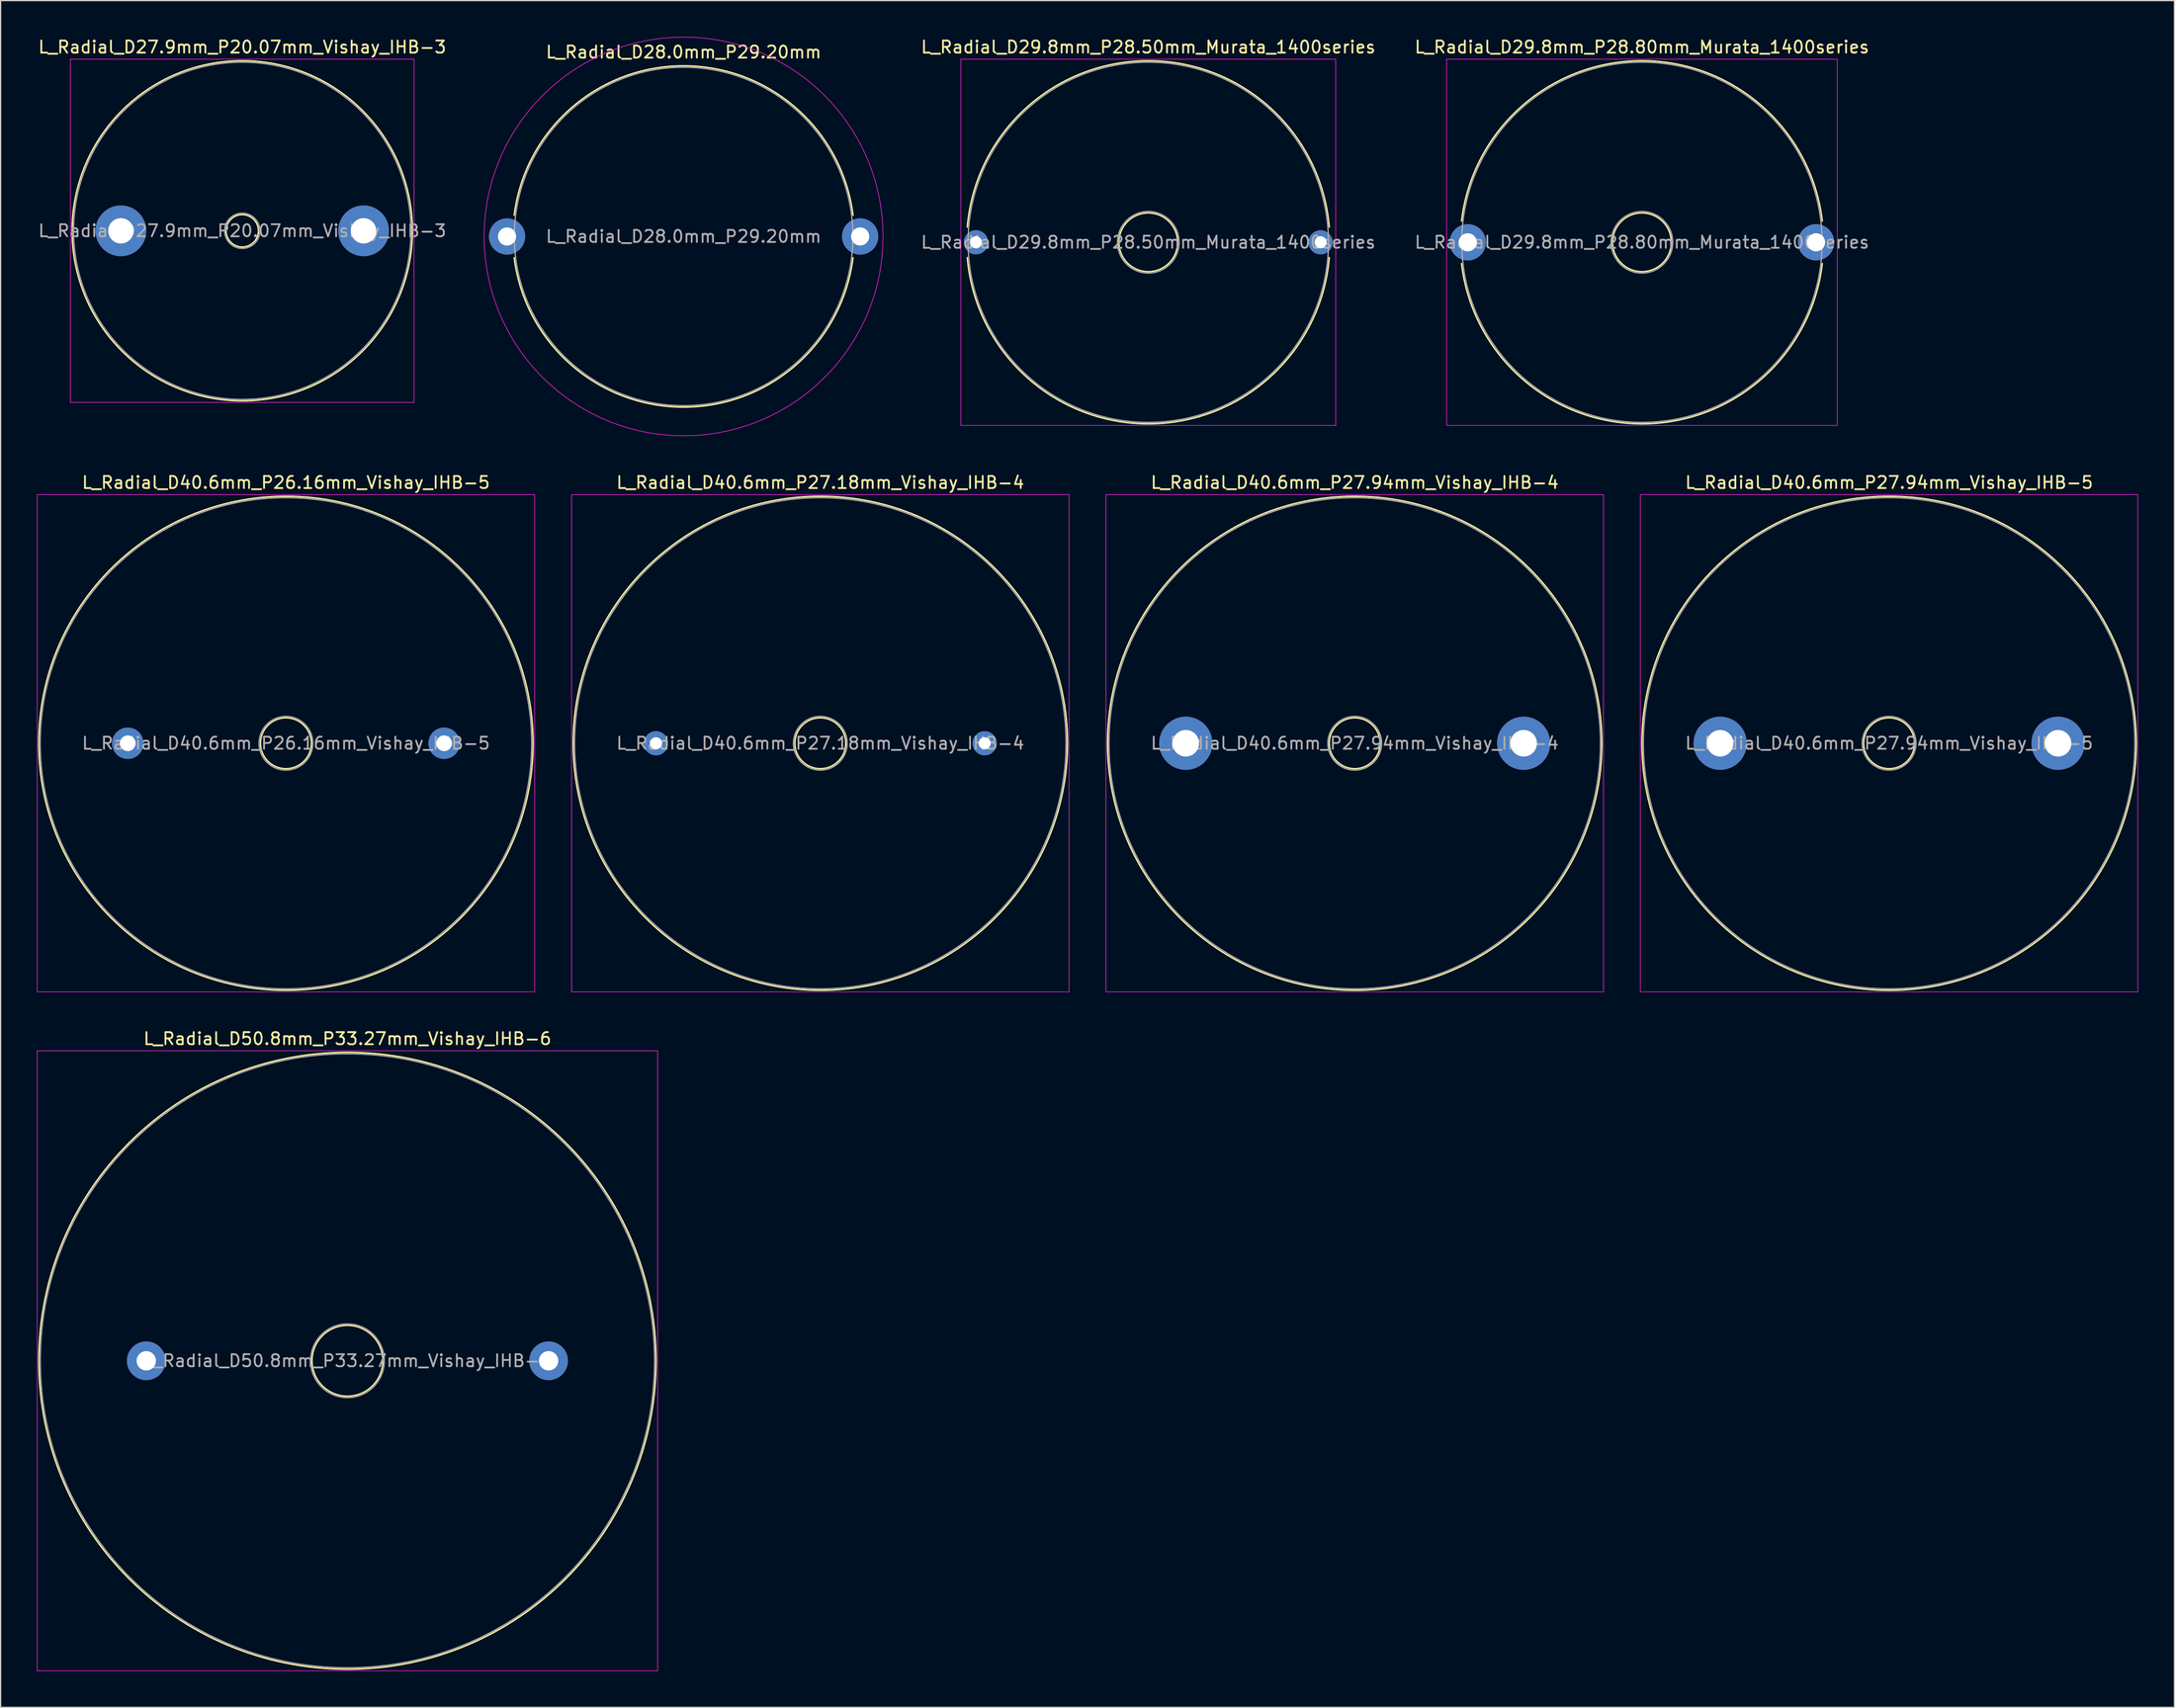
<source format=kicad_pcb>
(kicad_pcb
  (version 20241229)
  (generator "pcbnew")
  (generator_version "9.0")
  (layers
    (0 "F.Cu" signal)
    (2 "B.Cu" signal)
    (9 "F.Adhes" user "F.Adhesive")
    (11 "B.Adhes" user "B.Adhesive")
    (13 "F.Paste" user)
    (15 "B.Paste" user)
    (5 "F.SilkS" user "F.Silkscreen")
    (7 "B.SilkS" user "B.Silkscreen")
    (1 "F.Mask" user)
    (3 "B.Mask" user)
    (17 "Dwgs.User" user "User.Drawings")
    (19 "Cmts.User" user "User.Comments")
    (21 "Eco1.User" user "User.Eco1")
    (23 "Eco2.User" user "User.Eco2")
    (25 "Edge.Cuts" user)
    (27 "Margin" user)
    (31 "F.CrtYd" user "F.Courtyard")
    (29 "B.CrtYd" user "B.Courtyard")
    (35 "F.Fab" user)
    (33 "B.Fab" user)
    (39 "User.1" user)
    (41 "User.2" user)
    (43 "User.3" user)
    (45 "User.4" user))
  (footprint "L_Radial_D27.9mm_P20.07mm_Vishay_IHB-3"
    (layer "F.Cu")
    (at 6.947 16.048)
    (property "Reference" "L_Radial_D27.9mm_P20.07mm_Vishay_IHB-3" (at 10.035 -15.2 0) (layer "F.SilkS") (effects (font (size 1 1) (thickness 0.15))))
    (attr through_hole)
    (fp_circle (center 10.035 0) (end 11.375 0) (stroke (width 0.12) (type solid)) (fill no) (layer "F.SilkS"))
    (fp_circle (center 10.035 0) (end 24.105 0) (stroke (width 0.12) (type solid)) (fill no) (layer "F.SilkS"))
    (fp_line (start -4.17 -14.2) (end -4.17 14.2) (stroke (width 0.05) (type solid)) (layer "F.CrtYd"))
    (fp_line (start -4.17 14.2) (end 24.24 14.2) (stroke (width 0.05) (type solid)) (layer "F.CrtYd"))
    (fp_line (start 24.24 -14.2) (end -4.17 -14.2) (stroke (width 0.05) (type solid)) (layer "F.CrtYd"))
    (fp_line (start 24.24 14.2) (end 24.24 -14.2) (stroke (width 0.05) (type solid)) (layer "F.CrtYd"))
    (fp_circle (center 10.035 0) (end 11.495 0) (stroke (width 0.1) (type solid)) (fill no) (layer "F.Fab"))
    (fp_circle (center 10.035 0) (end 23.985 0) (stroke (width 0.1) (type solid)) (fill no) (layer "F.Fab"))
    (fp_text user "${REFERENCE}" (at 10.035 0 0) (layer "F.Fab") (effects (font (size 1 1) (thickness 0.15))))
    (pad "1" thru_hole circle (at 0 0) (size 4.2 4.2) (drill 2.1) (layers "*.Cu" "*.Mask"))
    (pad "2" thru_hole circle (at 20.07 0) (size 4.2 4.2) (drill 2.1) (layers "*.Cu" "*.Mask")))
  (footprint "L_Radial_D40.6mm_P27.18mm_Vishay_IHB-4"
    (layer "F.Cu")
    (at 51.195 58.448)
    (property "Reference" "L_Radial_D40.6mm_P27.18mm_Vishay_IHB-4" (at 13.59 -21.57 0) (layer "F.SilkS") (effects (font (size 1 1) (thickness 0.15))))
    (attr through_hole)
    (fp_circle (center 13.59 0) (end 15.695 0) (stroke (width 0.12) (type solid)) (fill no) (layer "F.SilkS"))
    (fp_circle (center 13.59 0) (end 34.03 0) (stroke (width 0.12) (type solid)) (fill no) (layer "F.SilkS"))
    (fp_line (start -6.98 -20.57) (end -6.98 20.57) (stroke (width 0.05) (type solid)) (layer "F.CrtYd"))
    (fp_line (start -6.98 20.57) (end 34.16 20.57) (stroke (width 0.05) (type solid)) (layer "F.CrtYd"))
    (fp_line (start 34.16 -20.57) (end -6.98 -20.57) (stroke (width 0.05) (type solid)) (layer "F.CrtYd"))
    (fp_line (start 34.16 20.57) (end 34.16 -20.57) (stroke (width 0.05) (type solid)) (layer "F.CrtYd"))
    (fp_circle (center 13.59 0) (end 15.815 0) (stroke (width 0.1) (type solid)) (fill no) (layer "F.Fab"))
    (fp_circle (center 13.59 0) (end 33.91 0) (stroke (width 0.1) (type solid)) (fill no) (layer "F.Fab"))
    (fp_text user "${REFERENCE}" (at 13.59 0 0) (layer "F.Fab") (effects (font (size 1 1) (thickness 0.15))))
    (pad "1" thru_hole circle (at 0 0) (size 2 2) (drill 1) (layers "*.Cu" "*.Mask"))
    (pad "2" thru_hole circle (at 27.18 0) (size 2 2) (drill 1) (layers "*.Cu" "*.Mask")))
  (footprint "L_Radial_D40.6mm_P27.94mm_Vishay_IHB-5"
    (layer "F.Cu")
    (at 139.195 58.448)
    (property "Reference" "L_Radial_D40.6mm_P27.94mm_Vishay_IHB-5" (at 13.97 -21.57 0) (layer "F.SilkS") (effects (font (size 1 1) (thickness 0.15))))
    (attr through_hole)
    (fp_circle (center 13.97 0) (end 16.075 0) (stroke (width 0.12) (type solid)) (fill no) (layer "F.SilkS"))
    (fp_circle (center 13.97 0) (end 34.41 0) (stroke (width 0.12) (type solid)) (fill no) (layer "F.SilkS"))
    (fp_line (start -6.6 -20.57) (end -6.6 20.57) (stroke (width 0.05) (type solid)) (layer "F.CrtYd"))
    (fp_line (start -6.6 20.57) (end 34.54 20.57) (stroke (width 0.05) (type solid)) (layer "F.CrtYd"))
    (fp_line (start 34.54 -20.57) (end -6.6 -20.57) (stroke (width 0.05) (type solid)) (layer "F.CrtYd"))
    (fp_line (start 34.54 20.57) (end 34.54 -20.57) (stroke (width 0.05) (type solid)) (layer "F.CrtYd"))
    (fp_circle (center 13.97 0) (end 16.195 0) (stroke (width 0.1) (type solid)) (fill no) (layer "F.Fab"))
    (fp_circle (center 13.97 0) (end 34.29 0) (stroke (width 0.1) (type solid)) (fill no) (layer "F.Fab"))
    (fp_text user "${REFERENCE}" (at 13.97 0 0) (layer "F.Fab") (effects (font (size 1 1) (thickness 0.15))))
    (pad "1" thru_hole circle (at 0 0) (size 4.4 4.4) (drill 2.2) (layers "*.Cu" "*.Mask"))
    (pad "2" thru_hole circle (at 27.94 0) (size 4.4 4.4) (drill 2.2) (layers "*.Cu" "*.Mask")))
  (footprint "L_Radial_D28.0mm_P29.20mm"
    (layer "F.Cu")
    (at 38.879 16.515)
    (property "Reference" "L_Radial_D28.0mm_P29.20mm" (at 14.6 -15.25 0) (layer "F.SilkS") (effects (font (size 1 1) (thickness 0.15))))
    (attr through_hole)
    (fp_arc (start 0.590118 -1.76) (mid 14.6 -14.12) (end 28.609882 -1.76) (stroke (width 0.12) (type solid)) (layer "F.SilkS"))
    (fp_arc (start 28.609882 1.76) (mid 14.6 14.12) (end 0.590118 1.76) (stroke (width 0.12) (type solid)) (layer "F.SilkS"))
    (fp_circle (center 14.6 0) (end 31.09 0) (stroke (width 0.05) (type solid)) (fill no) (layer "F.CrtYd"))
    (fp_circle (center 14.6 0) (end 28.6 0) (stroke (width 0.1) (type solid)) (fill no) (layer "F.Fab"))
    (fp_text user "${REFERENCE}" (at 14.6 0 0) (layer "F.Fab") (effects (font (size 1 1) (thickness 0.15))))
    (pad "1" thru_hole circle (at 0 0) (size 3 3) (drill 1.5) (layers "*.Cu" "*.Mask"))
    (pad "2" thru_hole circle (at 29.2 0) (size 3 3) (drill 1.5) (layers "*.Cu" "*.Mask")))
  (footprint "L_Radial_D29.8mm_P28.50mm_Murata_1400series"
    (layer "F.Cu")
    (at 77.655 16.998)
    (property "Reference" "L_Radial_D29.8mm_P28.50mm_Murata_1400series" (at 14.25 -16.15 0) (layer "F.SilkS") (effects (font (size 1 1) (thickness 0.15))))
    (attr through_hole)
    (fp_arc (start -0.717057 -1.26) (mid 14.25 -15.02) (end 29.217057 -1.26) (stroke (width 0.12) (type solid)) (layer "F.SilkS"))
    (fp_arc (start 29.217057 1.26) (mid 14.25 15.02) (end -0.717057 1.26) (stroke (width 0.12) (type solid)) (layer "F.SilkS"))
    (fp_circle (center 14.25 0) (end 16.68 0) (stroke (width 0.12) (type solid)) (fill no) (layer "F.SilkS"))
    (fp_line (start -1.25 -15.15) (end -1.25 15.15) (stroke (width 0.05) (type solid)) (layer "F.CrtYd"))
    (fp_line (start -1.25 15.15) (end 29.75 15.15) (stroke (width 0.05) (type solid)) (layer "F.CrtYd"))
    (fp_line (start 29.75 -15.15) (end -1.25 -15.15) (stroke (width 0.05) (type solid)) (layer "F.CrtYd"))
    (fp_line (start 29.75 15.15) (end 29.75 -15.15) (stroke (width 0.05) (type solid)) (layer "F.CrtYd"))
    (fp_circle (center 14.25 0) (end 16.8 0) (stroke (width 0.1) (type solid)) (fill no) (layer "F.Fab"))
    (fp_circle (center 14.25 0) (end 29.15 0) (stroke (width 0.1) (type solid)) (fill no) (layer "F.Fab"))
    (fp_text user "${REFERENCE}" (at 14.25 0 0) (layer "F.Fab") (effects (font (size 1 1) (thickness 0.15))))
    (pad "1" thru_hole circle (at 0 0) (size 2 2) (drill 1) (layers "*.Cu" "*.Mask"))
    (pad "2" thru_hole circle (at 28.5 0) (size 2 2) (drill 1) (layers "*.Cu" "*.Mask")))
  (footprint "L_Radial_D40.6mm_P27.94mm_Vishay_IHB-4"
    (layer "F.Cu")
    (at 95.005 58.448)
    (property "Reference" "L_Radial_D40.6mm_P27.94mm_Vishay_IHB-4" (at 13.97 -21.57 0) (layer "F.SilkS") (effects (font (size 1 1) (thickness 0.15))))
    (attr through_hole)
    (fp_circle (center 13.97 0) (end 16.075 0) (stroke (width 0.12) (type solid)) (fill no) (layer "F.SilkS"))
    (fp_circle (center 13.97 0) (end 34.41 0) (stroke (width 0.12) (type solid)) (fill no) (layer "F.SilkS"))
    (fp_line (start -6.6 -20.57) (end -6.6 20.57) (stroke (width 0.05) (type solid)) (layer "F.CrtYd"))
    (fp_line (start -6.6 20.57) (end 34.54 20.57) (stroke (width 0.05) (type solid)) (layer "F.CrtYd"))
    (fp_line (start 34.54 -20.57) (end -6.6 -20.57) (stroke (width 0.05) (type solid)) (layer "F.CrtYd"))
    (fp_line (start 34.54 20.57) (end 34.54 -20.57) (stroke (width 0.05) (type solid)) (layer "F.CrtYd"))
    (fp_circle (center 13.97 0) (end 16.195 0) (stroke (width 0.1) (type solid)) (fill no) (layer "F.Fab"))
    (fp_circle (center 13.97 0) (end 34.29 0) (stroke (width 0.1) (type solid)) (fill no) (layer "F.Fab"))
    (fp_text user "${REFERENCE}" (at 13.97 0 0) (layer "F.Fab") (effects (font (size 1 1) (thickness 0.15))))
    (pad "1" thru_hole circle (at 0 0) (size 4.4 4.4) (drill 2.2) (layers "*.Cu" "*.Mask"))
    (pad "2" thru_hole circle (at 27.94 0) (size 4.4 4.4) (drill 2.2) (layers "*.Cu" "*.Mask")))
  (footprint "L_Radial_D29.8mm_P28.80mm_Murata_1400series"
    (layer "F.Cu")
    (at 118.326 16.998)
    (property "Reference" "L_Radial_D29.8mm_P28.80mm_Murata_1400series" (at 14.4 -16.15 0) (layer "F.SilkS") (effects (font (size 1 1) (thickness 0.15))))
    (attr through_hole)
    (fp_arc (start -0.516528 -1.76) (mid 14.4 -15.02) (end 29.316528 -1.76) (stroke (width 0.12) (type solid)) (layer "F.SilkS"))
    (fp_arc (start 29.316528 1.76) (mid 14.4 15.02) (end -0.516528 1.76) (stroke (width 0.12) (type solid)) (layer "F.SilkS"))
    (fp_circle (center 14.4 0) (end 16.83 0) (stroke (width 0.12) (type solid)) (fill no) (layer "F.SilkS"))
    (fp_line (start -1.75 -15.15) (end -1.75 15.15) (stroke (width 0.05) (type solid)) (layer "F.CrtYd"))
    (fp_line (start -1.75 15.15) (end 30.55 15.15) (stroke (width 0.05) (type solid)) (layer "F.CrtYd"))
    (fp_line (start 30.55 -15.15) (end -1.75 -15.15) (stroke (width 0.05) (type solid)) (layer "F.CrtYd"))
    (fp_line (start 30.55 15.15) (end 30.55 -15.15) (stroke (width 0.05) (type solid)) (layer "F.CrtYd"))
    (fp_circle (center 14.4 0) (end 16.95 0) (stroke (width 0.1) (type solid)) (fill no) (layer "F.Fab"))
    (fp_circle (center 14.4 0) (end 29.3 0) (stroke (width 0.1) (type solid)) (fill no) (layer "F.Fab"))
    (fp_text user "${REFERENCE}" (at 14.4 0 0) (layer "F.Fab") (effects (font (size 1 1) (thickness 0.15))))
    (pad "1" thru_hole circle (at 0 0) (size 3 3) (drill 1.5) (layers "*.Cu" "*.Mask"))
    (pad "2" thru_hole circle (at 28.8 0) (size 3 3) (drill 1.5) (layers "*.Cu" "*.Mask")))
  (footprint "L_Radial_D40.6mm_P26.16mm_Vishay_IHB-5"
    (layer "F.Cu")
    (at 7.515 58.448)
    (property "Reference" "L_Radial_D40.6mm_P26.16mm_Vishay_IHB-5" (at 13.08 -21.57 0) (layer "F.SilkS") (effects (font (size 1 1) (thickness 0.15))))
    (attr through_hole)
    (fp_circle (center 13.08 0) (end 15.185 0) (stroke (width 0.12) (type solid)) (fill no) (layer "F.SilkS"))
    (fp_circle (center 13.08 0) (end 33.52 0) (stroke (width 0.12) (type solid)) (fill no) (layer "F.SilkS"))
    (fp_line (start -7.49 -20.57) (end -7.49 20.57) (stroke (width 0.05) (type solid)) (layer "F.CrtYd"))
    (fp_line (start -7.49 20.57) (end 33.65 20.57) (stroke (width 0.05) (type solid)) (layer "F.CrtYd"))
    (fp_line (start 33.65 -20.57) (end -7.49 -20.57) (stroke (width 0.05) (type solid)) (layer "F.CrtYd"))
    (fp_line (start 33.65 20.57) (end 33.65 -20.57) (stroke (width 0.05) (type solid)) (layer "F.CrtYd"))
    (fp_circle (center 13.08 0) (end 15.305 0) (stroke (width 0.1) (type solid)) (fill no) (layer "F.Fab"))
    (fp_circle (center 13.08 0) (end 33.4 0) (stroke (width 0.1) (type solid)) (fill no) (layer "F.Fab"))
    (fp_text user "${REFERENCE}" (at 13.08 0 0) (layer "F.Fab") (effects (font (size 1 1) (thickness 0.15))))
    (pad "1" thru_hole circle (at 0 0) (size 2.6 2.6) (drill 1.3) (layers "*.Cu" "*.Mask"))
    (pad "2" thru_hole circle (at 26.16 0) (size 2.6 2.6) (drill 1.3) (layers "*.Cu" "*.Mask")))
  (footprint "L_Radial_D50.8mm_P33.27mm_Vishay_IHB-6"
    (layer "F.Cu")
    (at 9.045 109.541)
    (property "Reference" "L_Radial_D50.8mm_P33.27mm_Vishay_IHB-6" (at 16.635 -26.65 0) (layer "F.SilkS") (effects (font (size 1 1) (thickness 0.15))))
    (attr through_hole)
    (fp_circle (center 16.635 0) (end 19.565 0) (stroke (width 0.12) (type solid)) (fill no) (layer "F.SilkS"))
    (fp_circle (center 16.635 0) (end 42.155 0) (stroke (width 0.12) (type solid)) (fill no) (layer "F.SilkS"))
    (fp_line (start -9.02 -25.65) (end -9.02 25.65) (stroke (width 0.05) (type solid)) (layer "F.CrtYd"))
    (fp_line (start -9.02 25.65) (end 42.29 25.65) (stroke (width 0.05) (type solid)) (layer "F.CrtYd"))
    (fp_line (start 42.29 -25.65) (end -9.02 -25.65) (stroke (width 0.05) (type solid)) (layer "F.CrtYd"))
    (fp_line (start 42.29 25.65) (end 42.29 -25.65) (stroke (width 0.05) (type solid)) (layer "F.CrtYd"))
    (fp_circle (center 16.635 0) (end 19.685 0) (stroke (width 0.1) (type solid)) (fill no) (layer "F.Fab"))
    (fp_circle (center 16.635 0) (end 42.035 0) (stroke (width 0.1) (type solid)) (fill no) (layer "F.Fab"))
    (fp_text user "${REFERENCE}" (at 16.635 0 0) (layer "F.Fab") (effects (font (size 1 1) (thickness 0.15))))
    (pad "1" thru_hole circle (at 0 0) (size 3.2 3.2) (drill 1.6) (layers "*.Cu" "*.Mask"))
    (pad "2" thru_hole circle (at 33.27 0) (size 3.2 3.2) (drill 1.6) (layers "*.Cu" "*.Mask")))
  (gr_rect
    (start -3 -3)
    (end 176.76 138.216)
    (stroke (width 0.1) (type default))
    (fill no)
    (layer "Edge.Cuts")))
</source>
